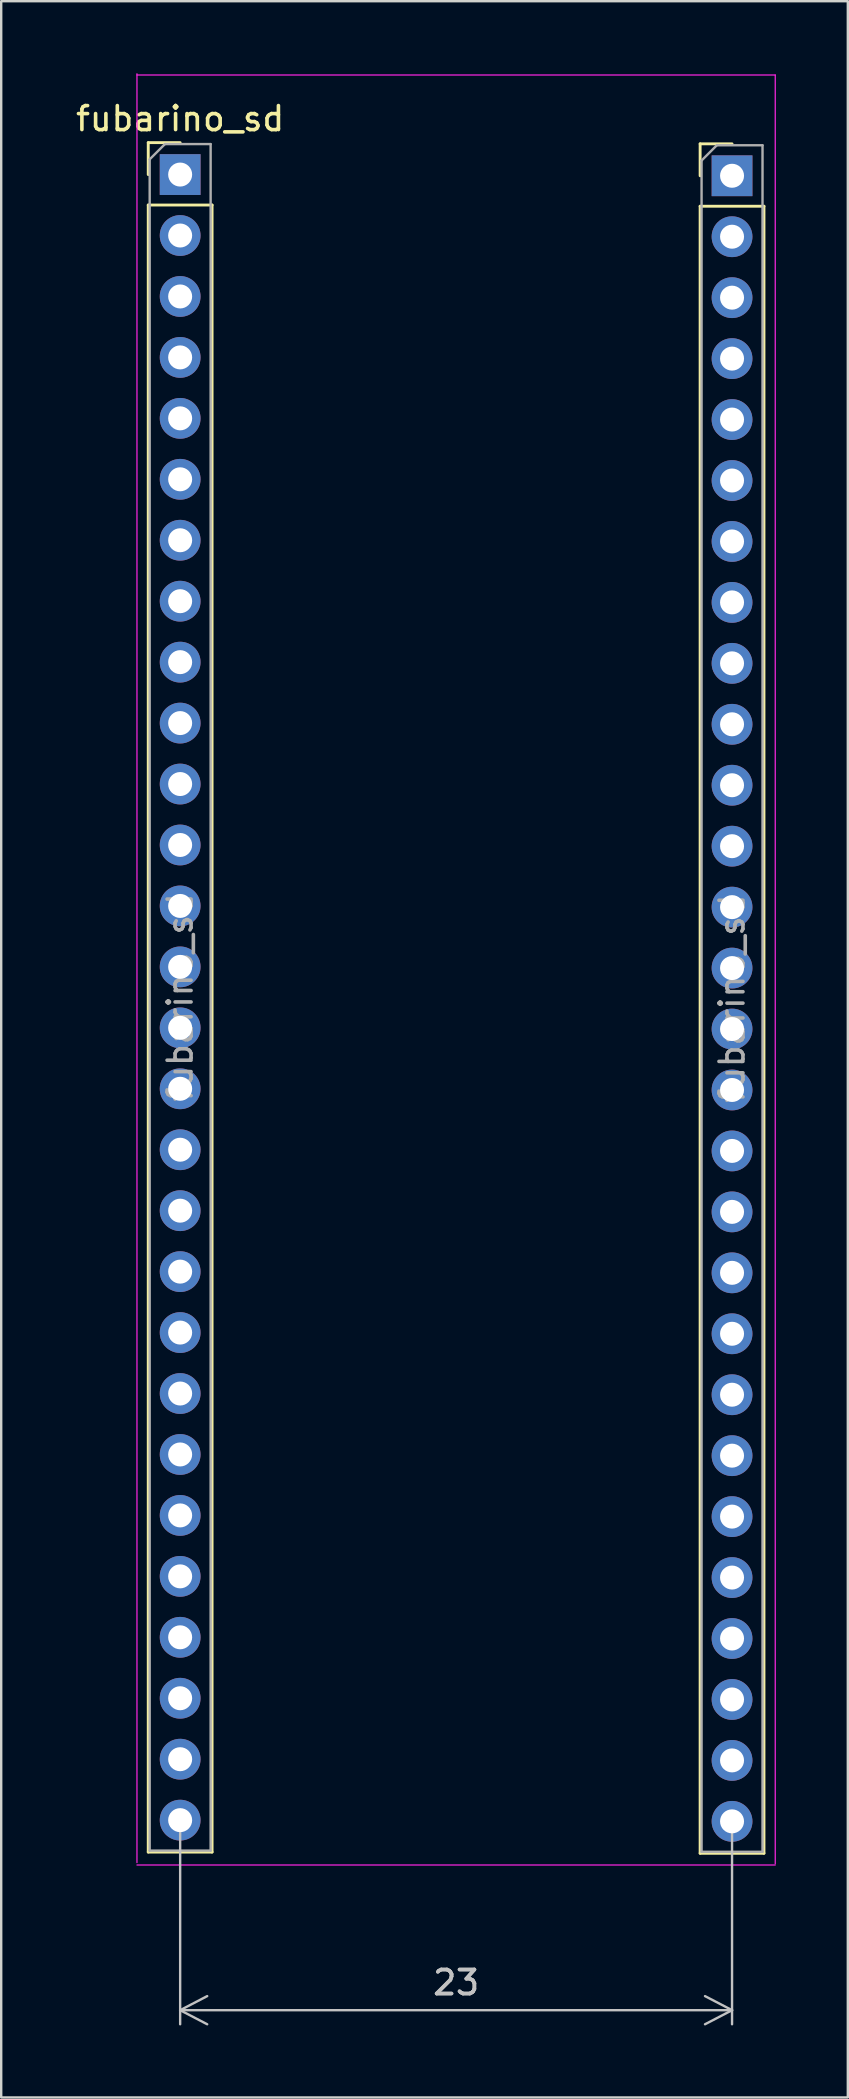
<source format=kicad_pcb>
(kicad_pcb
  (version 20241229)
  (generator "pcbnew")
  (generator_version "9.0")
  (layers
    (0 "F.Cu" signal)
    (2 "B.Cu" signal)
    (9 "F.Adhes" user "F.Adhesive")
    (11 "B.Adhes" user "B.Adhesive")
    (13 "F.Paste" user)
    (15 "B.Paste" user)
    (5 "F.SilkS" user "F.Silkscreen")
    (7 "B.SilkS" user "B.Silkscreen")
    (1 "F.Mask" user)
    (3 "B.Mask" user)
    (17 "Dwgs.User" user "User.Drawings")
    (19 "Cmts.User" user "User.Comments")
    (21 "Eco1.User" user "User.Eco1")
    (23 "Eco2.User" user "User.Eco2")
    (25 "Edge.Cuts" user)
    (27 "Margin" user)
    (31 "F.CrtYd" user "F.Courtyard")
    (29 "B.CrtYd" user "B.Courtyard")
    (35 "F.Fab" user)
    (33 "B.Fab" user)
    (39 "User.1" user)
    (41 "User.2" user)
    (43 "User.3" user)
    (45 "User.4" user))
  (footprint "fubarino_sd"
    (layer "F.Cu")
    (at 4.858 5.225)
    (property "Reference" "fubarino_sd" (at -0.4 -3.33 0) (layer "F.SilkS") (effects (font (size 1 1) (thickness 0.15))))
    (attr through_hole)
    (fp_line (start -1.73 -2.33) (end -0.4 -2.33) (stroke (width 0.12) (type solid)) (layer "F.SilkS"))
    (fp_line (start -1.73 -1) (end -1.73 -2.33) (stroke (width 0.12) (type solid)) (layer "F.SilkS"))
    (fp_line (start -1.73 0.27) (end -1.73 68.91) (stroke (width 0.12) (type solid)) (layer "F.SilkS"))
    (fp_line (start -1.73 0.27) (end 0.93 0.27) (stroke (width 0.12) (type solid)) (layer "F.SilkS"))
    (fp_line (start -1.73 68.91) (end 0.93 68.91) (stroke (width 0.12) (type solid)) (layer "F.SilkS"))
    (fp_line (start 0.93 0.27) (end 0.93 68.91) (stroke (width 0.12) (type solid)) (layer "F.SilkS"))
    (fp_line (start 21.27 -2.28) (end 22.6 -2.28) (stroke (width 0.12) (type solid)) (layer "F.SilkS"))
    (fp_line (start 21.27 -0.95) (end 21.27 -2.28) (stroke (width 0.12) (type solid)) (layer "F.SilkS"))
    (fp_line (start 21.27 0.32) (end 21.27 68.96) (stroke (width 0.12) (type solid)) (layer "F.SilkS"))
    (fp_line (start 21.27 0.32) (end 23.93 0.32) (stroke (width 0.12) (type solid)) (layer "F.SilkS"))
    (fp_line (start 21.27 68.96) (end 23.93 68.96) (stroke (width 0.12) (type solid)) (layer "F.SilkS"))
    (fp_line (start 23.93 0.32) (end 23.93 68.96) (stroke (width 0.12) (type solid)) (layer "F.SilkS"))
    (fp_line (start -2.2 -5.2) (end -2.2 69.35) (stroke (width 0.05) (type solid)) (layer "F.CrtYd"))
    (fp_line (start -2.2 69.45) (end 24.4 69.45) (stroke (width 0.05) (type solid)) (layer "F.CrtYd"))
    (fp_line (start 24.4 -5.15) (end -2.2 -5.15) (stroke (width 0.05) (type solid)) (layer "F.CrtYd"))
    (fp_line (start 24.4 69.4) (end 24.4 -5.15) (stroke (width 0.05) (type solid)) (layer "F.CrtYd"))
    (fp_line (start -1.67 -1.635) (end -1.035 -2.27) (stroke (width 0.1) (type solid)) (layer "F.Fab"))
    (fp_line (start -1.67 68.85) (end -1.67 -1.635) (stroke (width 0.1) (type solid)) (layer "F.Fab"))
    (fp_line (start -1.035 -2.27) (end 0.87 -2.27) (stroke (width 0.1) (type solid)) (layer "F.Fab"))
    (fp_line (start 0.87 -2.27) (end 0.87 68.85) (stroke (width 0.1) (type solid)) (layer "F.Fab"))
    (fp_line (start 0.87 68.85) (end -1.67 68.85) (stroke (width 0.1) (type solid)) (layer "F.Fab"))
    (fp_line (start 21.33 -1.585) (end 21.965 -2.22) (stroke (width 0.1) (type solid)) (layer "F.Fab"))
    (fp_line (start 21.33 68.9) (end 21.33 -1.585) (stroke (width 0.1) (type solid)) (layer "F.Fab"))
    (fp_line (start 21.965 -2.22) (end 23.87 -2.22) (stroke (width 0.1) (type solid)) (layer "F.Fab"))
    (fp_line (start 23.87 -2.22) (end 23.87 68.9) (stroke (width 0.1) (type solid)) (layer "F.Fab"))
    (fp_line (start 23.87 68.9) (end 21.33 68.9) (stroke (width 0.1) (type solid)) (layer "F.Fab"))
    (fp_text user "${REFERENCE}" (at -0.4 33.29 90) (layer "F.Fab") (effects (font (size 1 1) (thickness 0.15))))
    (fp_text user "${REFERENCE}" (at 22.6 33.34 90) (layer "F.Fab") (effects (font (size 1 1) (thickness 0.15))))
    (dimension (type orthogonal) (layer "Dwgs.User") (pts (xy 4.458 72.805) (xy 27.458 72.805)) (height 7.92) (orientation 0) (format (prefix "") (suffix "") (units 3) (units_format 0) (precision 4) (suppress_zeroes yes)) (style (thickness 0.1) (arrow_length 1.27) (text_position_mode 0) (arrow_direction outward) (extension_height 0.586) (extension_offset 0.5) (keep_text_aligned yes)) (gr_text "23" (at 15.958 79.575 0) (layer "Dwgs.User") (effects (font (size 1 1) (thickness 0.15)))))
    (pad "1" thru_hole rect (at -0.4 -1) (size 1.7 1.7) (drill 1) (layers "*.Cu" "*.Mask"))
    (pad "2" thru_hole oval (at -0.4 1.54) (size 1.7 1.7) (drill 1) (layers "*.Cu" "*.Mask"))
    (pad "3" thru_hole oval (at -0.4 4.08) (size 1.7 1.7) (drill 1) (layers "*.Cu" "*.Mask"))
    (pad "4" thru_hole oval (at -0.4 6.62) (size 1.7 1.7) (drill 1) (layers "*.Cu" "*.Mask"))
    (pad "5" thru_hole oval (at -0.4 9.16) (size 1.7 1.7) (drill 1) (layers "*.Cu" "*.Mask"))
    (pad "6" thru_hole oval (at -0.4 11.7) (size 1.7 1.7) (drill 1) (layers "*.Cu" "*.Mask"))
    (pad "7" thru_hole oval (at -0.4 14.24) (size 1.7 1.7) (drill 1) (layers "*.Cu" "*.Mask"))
    (pad "8" thru_hole oval (at -0.4 16.78) (size 1.7 1.7) (drill 1) (layers "*.Cu" "*.Mask"))
    (pad "9" thru_hole oval (at -0.4 19.32) (size 1.7 1.7) (drill 1) (layers "*.Cu" "*.Mask"))
    (pad "10" thru_hole oval (at -0.4 21.86) (size 1.7 1.7) (drill 1) (layers "*.Cu" "*.Mask"))
    (pad "11" thru_hole oval (at -0.4 24.4) (size 1.7 1.7) (drill 1) (layers "*.Cu" "*.Mask"))
    (pad "12" thru_hole oval (at -0.4 26.94) (size 1.7 1.7) (drill 1) (layers "*.Cu" "*.Mask"))
    (pad "13" thru_hole oval (at -0.4 29.48) (size 1.7 1.7) (drill 1) (layers "*.Cu" "*.Mask"))
    (pad "14" thru_hole oval (at -0.4 32.02) (size 1.7 1.7) (drill 1) (layers "*.Cu" "*.Mask"))
    (pad "15" thru_hole oval (at -0.4 34.56) (size 1.7 1.7) (drill 1) (layers "*.Cu" "*.Mask"))
    (pad "16" thru_hole oval (at -0.4 37.1) (size 1.7 1.7) (drill 1) (layers "*.Cu" "*.Mask"))
    (pad "17" thru_hole oval (at -0.4 39.64) (size 1.7 1.7) (drill 1) (layers "*.Cu" "*.Mask"))
    (pad "18" thru_hole oval (at -0.4 42.18) (size 1.7 1.7) (drill 1) (layers "*.Cu" "*.Mask"))
    (pad "19" thru_hole oval (at -0.4 44.72) (size 1.7 1.7) (drill 1) (layers "*.Cu" "*.Mask"))
    (pad "20" thru_hole oval (at -0.4 47.26) (size 1.7 1.7) (drill 1) (layers "*.Cu" "*.Mask"))
    (pad "21" thru_hole oval (at -0.4 49.8) (size 1.7 1.7) (drill 1) (layers "*.Cu" "*.Mask"))
    (pad "22" thru_hole oval (at -0.4 52.34) (size 1.7 1.7) (drill 1) (layers "*.Cu" "*.Mask"))
    (pad "23" thru_hole oval (at -0.4 54.88) (size 1.7 1.7) (drill 1) (layers "*.Cu" "*.Mask"))
    (pad "24" thru_hole oval (at -0.4 57.42) (size 1.7 1.7) (drill 1) (layers "*.Cu" "*.Mask"))
    (pad "25" thru_hole oval (at -0.4 59.96) (size 1.7 1.7) (drill 1) (layers "*.Cu" "*.Mask"))
    (pad "26" thru_hole oval (at -0.4 62.5) (size 1.7 1.7) (drill 1) (layers "*.Cu" "*.Mask"))
    (pad "27" thru_hole oval (at -0.4 65.04) (size 1.7 1.7) (drill 1) (layers "*.Cu" "*.Mask"))
    (pad "28" thru_hole oval (at -0.4 67.58) (size 1.7 1.7) (drill 1) (layers "*.Cu" "*.Mask"))
    (pad "29" thru_hole rect (at 22.6 -0.95) (size 1.7 1.7) (drill 1) (layers "*.Cu" "*.Mask"))
    (pad "30" thru_hole oval (at 22.6 1.59) (size 1.7 1.7) (drill 1) (layers "*.Cu" "*.Mask"))
    (pad "31" thru_hole oval (at 22.6 4.13) (size 1.7 1.7) (drill 1) (layers "*.Cu" "*.Mask"))
    (pad "32" thru_hole oval (at 22.6 6.67) (size 1.7 1.7) (drill 1) (layers "*.Cu" "*.Mask"))
    (pad "33" thru_hole oval (at 22.6 9.21) (size 1.7 1.7) (drill 1) (layers "*.Cu" "*.Mask"))
    (pad "34" thru_hole oval (at 22.6 11.75) (size 1.7 1.7) (drill 1) (layers "*.Cu" "*.Mask"))
    (pad "35" thru_hole oval (at 22.6 14.29) (size 1.7 1.7) (drill 1) (layers "*.Cu" "*.Mask"))
    (pad "36" thru_hole oval (at 22.6 16.83) (size 1.7 1.7) (drill 1) (layers "*.Cu" "*.Mask"))
    (pad "37" thru_hole oval (at 22.6 19.37) (size 1.7 1.7) (drill 1) (layers "*.Cu" "*.Mask"))
    (pad "38" thru_hole oval (at 22.6 21.91) (size 1.7 1.7) (drill 1) (layers "*.Cu" "*.Mask"))
    (pad "39" thru_hole oval (at 22.6 24.45) (size 1.7 1.7) (drill 1) (layers "*.Cu" "*.Mask"))
    (pad "40" thru_hole oval (at 22.6 26.99) (size 1.7 1.7) (drill 1) (layers "*.Cu" "*.Mask"))
    (pad "41" thru_hole oval (at 22.6 29.53) (size 1.7 1.7) (drill 1) (layers "*.Cu" "*.Mask"))
    (pad "42" thru_hole oval (at 22.6 32.07) (size 1.7 1.7) (drill 1) (layers "*.Cu" "*.Mask"))
    (pad "43" thru_hole oval (at 22.6 34.61) (size 1.7 1.7) (drill 1) (layers "*.Cu" "*.Mask"))
    (pad "44" thru_hole oval (at 22.6 37.15) (size 1.7 1.7) (drill 1) (layers "*.Cu" "*.Mask"))
    (pad "45" thru_hole oval (at 22.6 39.69) (size 1.7 1.7) (drill 1) (layers "*.Cu" "*.Mask"))
    (pad "46" thru_hole oval (at 22.6 42.23) (size 1.7 1.7) (drill 1) (layers "*.Cu" "*.Mask"))
    (pad "47" thru_hole oval (at 22.6 44.77) (size 1.7 1.7) (drill 1) (layers "*.Cu" "*.Mask"))
    (pad "48" thru_hole oval (at 22.6 47.31) (size 1.7 1.7) (drill 1) (layers "*.Cu" "*.Mask"))
    (pad "49" thru_hole oval (at 22.6 49.85) (size 1.7 1.7) (drill 1) (layers "*.Cu" "*.Mask"))
    (pad "50" thru_hole oval (at 22.6 52.39) (size 1.7 1.7) (drill 1) (layers "*.Cu" "*.Mask"))
    (pad "51" thru_hole oval (at 22.6 54.93) (size 1.7 1.7) (drill 1) (layers "*.Cu" "*.Mask"))
    (pad "52" thru_hole oval (at 22.6 57.47) (size 1.7 1.7) (drill 1) (layers "*.Cu" "*.Mask"))
    (pad "53" thru_hole oval (at 22.6 60.01) (size 1.7 1.7) (drill 1) (layers "*.Cu" "*.Mask"))
    (pad "54" thru_hole oval (at 22.6 62.55) (size 1.7 1.7) (drill 1) (layers "*.Cu" "*.Mask"))
    (pad "55" thru_hole oval (at 22.6 65.09) (size 1.7 1.7) (drill 1) (layers "*.Cu" "*.Mask"))
    (pad "56" thru_hole oval (at 22.6 67.63) (size 1.7 1.7) (drill 1) (layers "*.Cu" "*.Mask")))
  (gr_rect
    (start -3 -3)
    (end 32.283 84.361)
    (stroke (width 0.1) (type default))
    (fill no)
    (layer "Edge.Cuts")))
</source>
